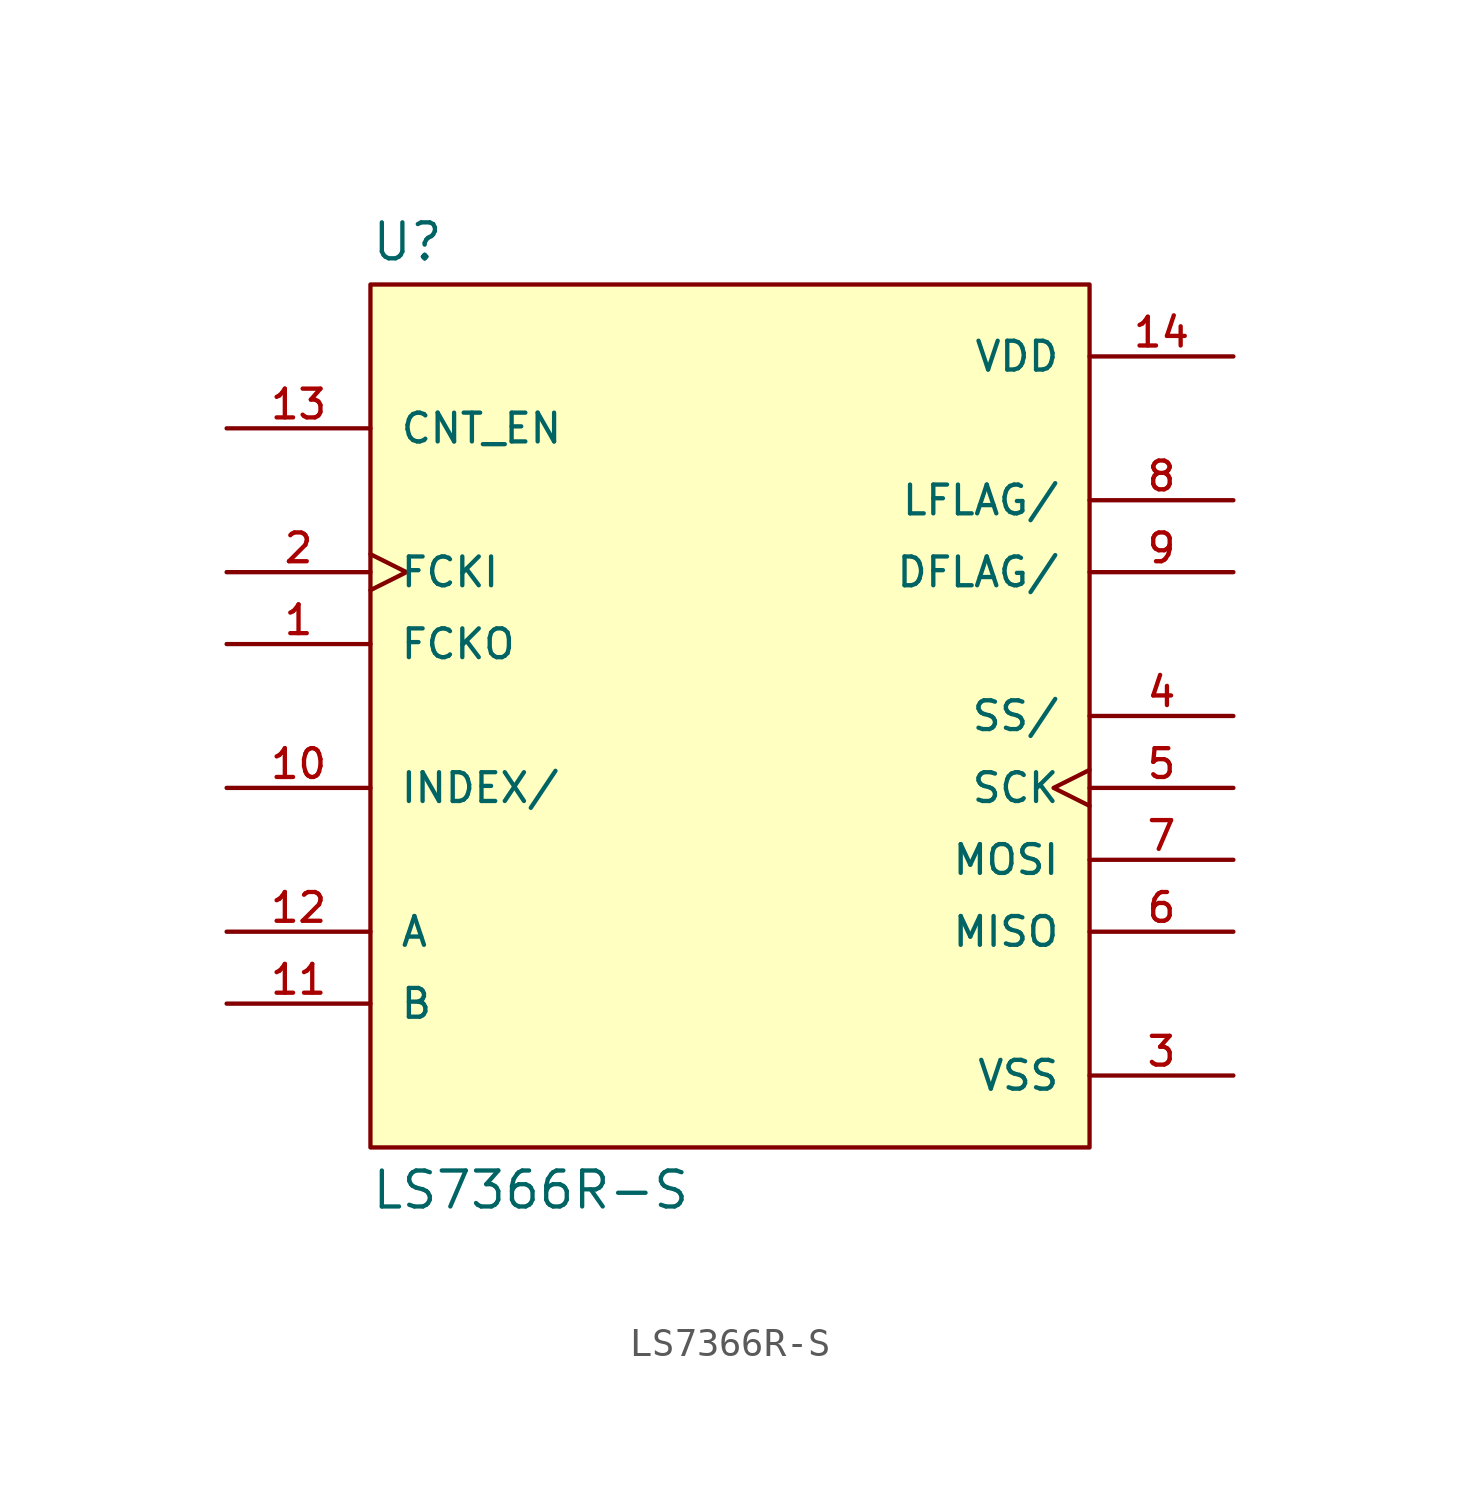
<source format=kicad_sym>
(kicad_symbol_lib
  (version 20211014)
  (generator kicad_symbol_editor)
  (symbol "LS7366R-S"
    (pin_names
      (offset 1.016))
    (property "Reference" "U"
      (at -12.7 16.002 0)
      (effects (font (size 1.27 1.27)) (justify bottom left)))
    (property "Value" "LS7366R-S"
      (at -12.7 -16.002 0)
      (effects (font (size 1.27 1.27)) (justify top left)))
    (symbol "LS7366R-S_0_0"
      (rectangle (start -12.7 -15.24) (end 12.7 15.24) (stroke (width 0.152)) (fill (type background)))
      (pin power_in line (at 17.78 12.7 180.0) (length 5.08) (name "VDD" (effects (font (size 1.016 1.016)))) (number "14" (effects (font (size 1.016 1.016)))))
      (pin power_in line (at 17.78 -12.7 180.0) (length 5.08) (name "VSS" (effects (font (size 1.016 1.016)))) (number "3" (effects (font (size 1.016 1.016)))))
      (pin output line (at -17.78 2.54 0) (length 5.08) (name "FCKO" (effects (font (size 1.016 1.016)))) (number "1" (effects (font (size 1.016 1.016)))))
      (pin input clock (at -17.78 5.08 0) (length 5.08) (name "FCKI" (effects (font (size 1.016 1.016)))) (number "2" (effects (font (size 1.016 1.016)))))
      (pin input line (at 17.78 0.0 180.0) (length 5.08) (name "SS/" (effects (font (size 1.016 1.016)))) (number "4" (effects (font (size 1.016 1.016)))))
      (pin input clock (at 17.78 -2.54 180.0) (length 5.08) (name "SCK" (effects (font (size 1.016 1.016)))) (number "5" (effects (font (size 1.016 1.016)))))
      (pin output line (at 17.78 -7.62 180.0) (length 5.08) (name "MISO" (effects (font (size 1.016 1.016)))) (number "6" (effects (font (size 1.016 1.016)))))
      (pin input line (at 17.78 -5.08 180.0) (length 5.08) (name "MOSI" (effects (font (size 1.016 1.016)))) (number "7" (effects (font (size 1.016 1.016)))))
      (pin output line (at 17.78 7.62 180.0) (length 5.08) (name "LFLAG/" (effects (font (size 1.016 1.016)))) (number "8" (effects (font (size 1.016 1.016)))))
      (pin output line (at 17.78 5.08 180.0) (length 5.08) (name "DFLAG/" (effects (font (size 1.016 1.016)))) (number "9" (effects (font (size 1.016 1.016)))))
      (pin input line (at -17.78 -7.62 0) (length 5.08) (name "A" (effects (font (size 1.016 1.016)))) (number "12" (effects (font (size 1.016 1.016)))))
      (pin input line (at -17.78 -10.16 0) (length 5.08) (name "B" (effects (font (size 1.016 1.016)))) (number "11" (effects (font (size 1.016 1.016)))))
      (pin input line (at -17.78 10.16 0) (length 5.08) (name "CNT_EN" (effects (font (size 1.016 1.016)))) (number "13" (effects (font (size 1.016 1.016)))))
      (pin input line (at -17.78 -2.54 0) (length 5.08) (name "INDEX/" (effects (font (size 1.016 1.016)))) (number "10" (effects (font (size 1.016 1.016))))))))
</source>
